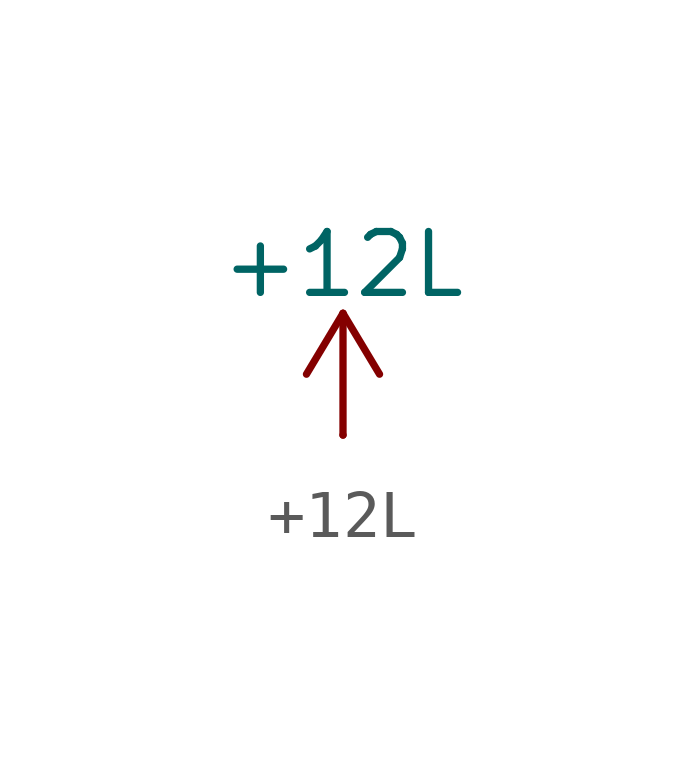
<source format=kicad_sym>
(kicad_symbol_lib
  (version 20241209)
  (generator "kicad_symbol_editor")
  (generator_version "9.0")
  (symbol "+12L"
    (power)
    (pin_numbers
      (hide yes))
    (pin_names
      (offset 0)
      (hide yes))
    (property "Reference" "#PWR"
      (at 0 -3.81 0)
      (effects (font (size 1.27 1.27)) (hide yes)))
    (property "Value" "+12L"
      (at 0 3.556 0)
      (effects (font (size 1.27 1.27))))
    (symbol "+12L_0_1"
      (polyline (pts (xy -0.762 1.27) (xy 0 2.54)) (stroke (width 0) (type default)) (fill (type none)))
      (polyline (pts (xy 0 2.54) (xy 0.762 1.27)) (stroke (width 0) (type default)) (fill (type none)))
      (polyline (pts (xy 0 0) (xy 0 2.54)) (stroke (width 0) (type default)) (fill (type none))))
    (symbol "+12L_1_1"
      (pin power_in line (at 0 0 90) (length 0) (name "~" (effects (font (size 1.27 1.27)))) (number "1" (effects (font (size 1.27 1.27))))))))
</source>
